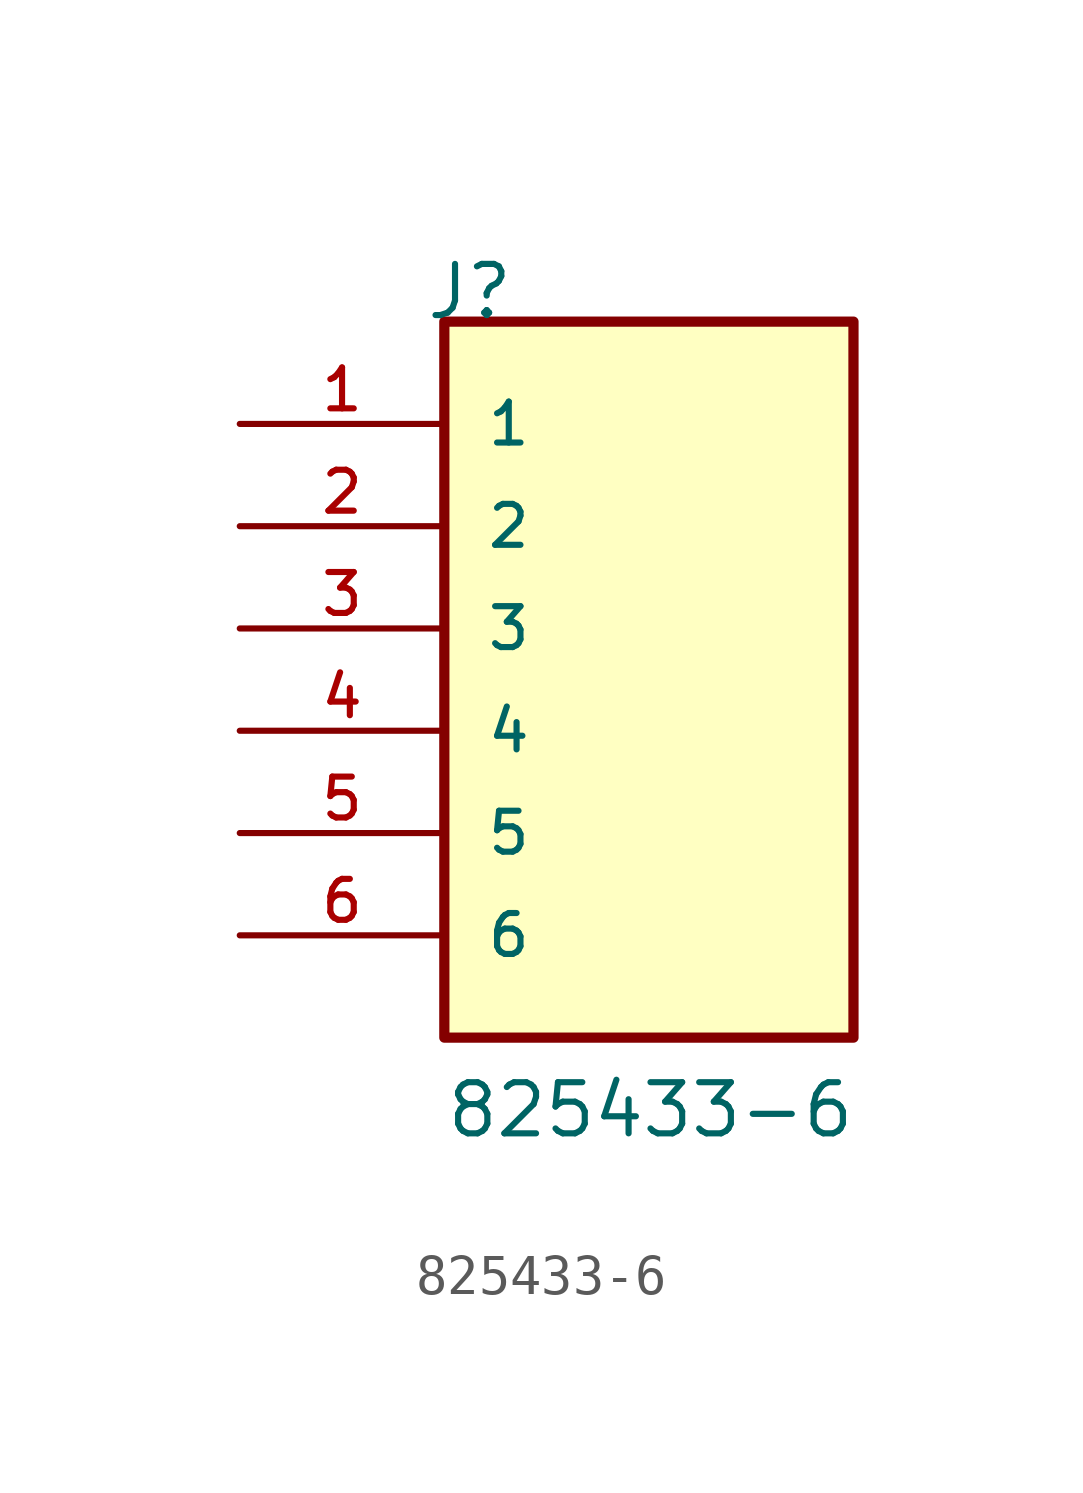
<source format=kicad_sym>
(kicad_symbol_lib
  (version 20211014)
  (generator kicad_symbol_editor)
  (symbol "825433-6"
    (pin_names
      (offset 1.016))
    (property "Reference" "J"
      (at -5.58 10.16 0)
      (effects (font (size 1.27 1.27)) (justify bottom left)))
    (property "Value" "825433-6"
      (at -5.08 -10.16 0)
      (effects (font (size 1.27 1.27)) (justify bottom left)))
    (symbol "825433-6_0_0"
      (rectangle (start -5.08 -7.62) (end 5.08 10.16) (stroke (width 0.254)) (fill (type background)))
      (pin passive line (at -10.16 7.62 0) (length 5.08) (name "1" (effects (font (size 1.016 1.016)))) (number "1" (effects (font (size 1.016 1.016)))))
      (pin passive line (at -10.16 5.08 0) (length 5.08) (name "2" (effects (font (size 1.016 1.016)))) (number "2" (effects (font (size 1.016 1.016)))))
      (pin passive line (at -10.16 2.54 0) (length 5.08) (name "3" (effects (font (size 1.016 1.016)))) (number "3" (effects (font (size 1.016 1.016)))))
      (pin passive line (at -10.16 0.0 0) (length 5.08) (name "4" (effects (font (size 1.016 1.016)))) (number "4" (effects (font (size 1.016 1.016)))))
      (pin passive line (at -10.16 -2.54 0) (length 5.08) (name "5" (effects (font (size 1.016 1.016)))) (number "5" (effects (font (size 1.016 1.016)))))
      (pin passive line (at -10.16 -5.08 0) (length 5.08) (name "6" (effects (font (size 1.016 1.016)))) (number "6" (effects (font (size 1.016 1.016))))))))
</source>
